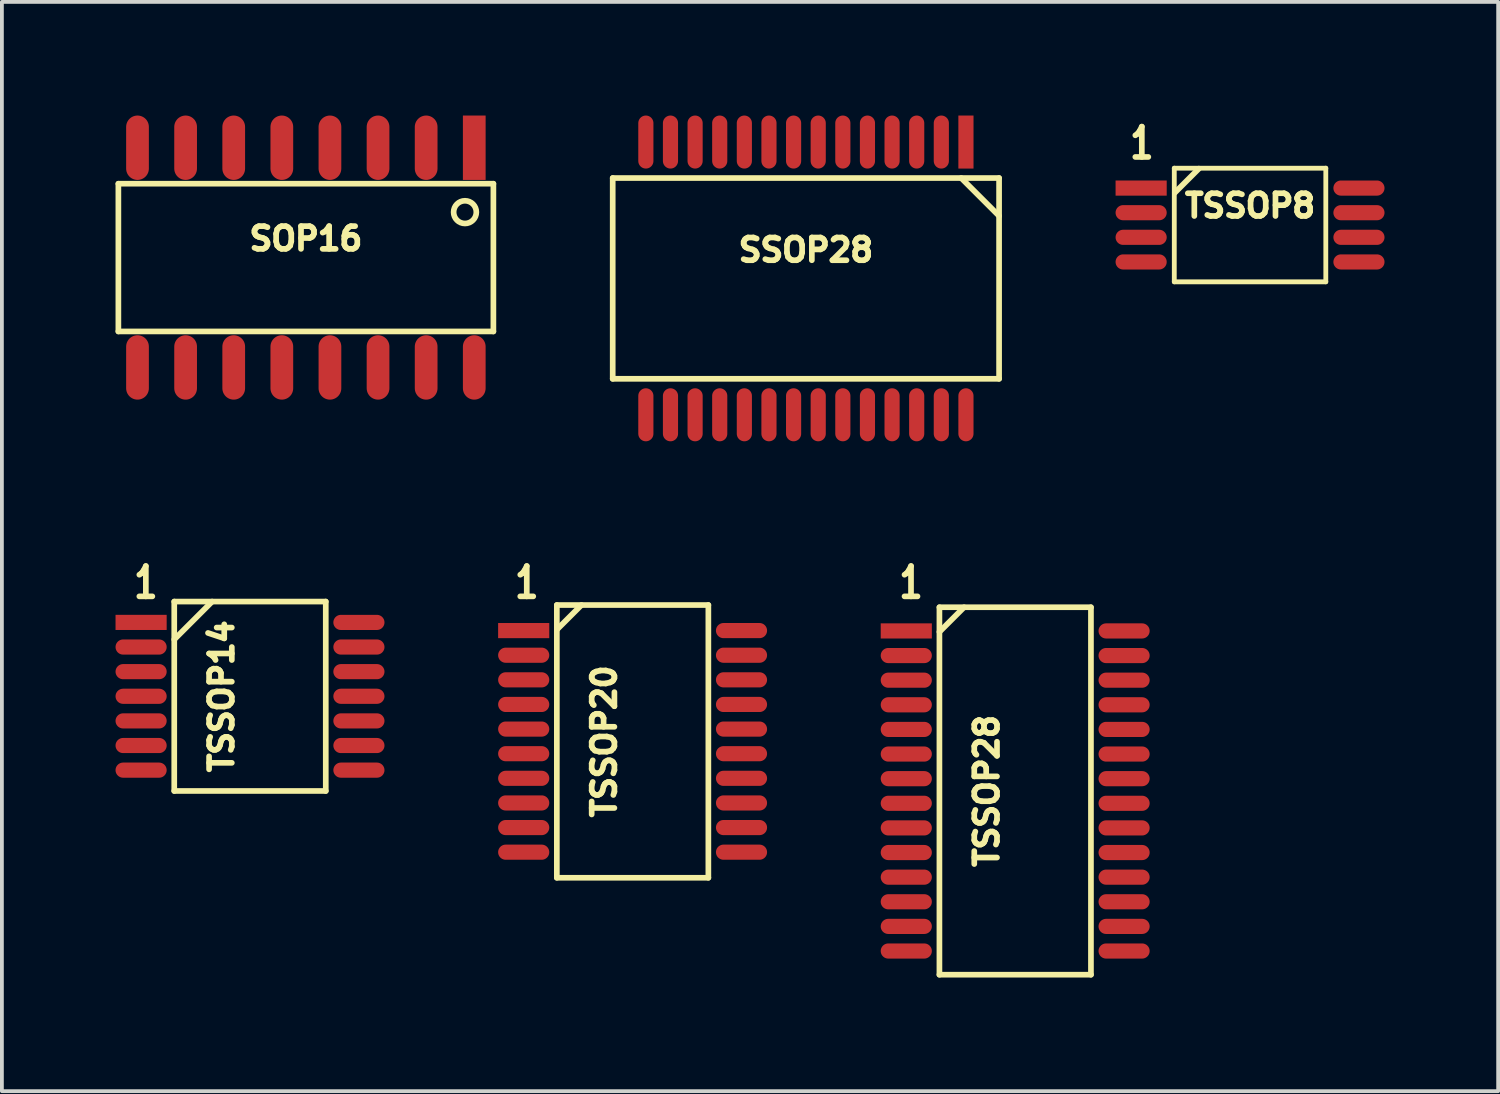
<source format=kicad_pcb>
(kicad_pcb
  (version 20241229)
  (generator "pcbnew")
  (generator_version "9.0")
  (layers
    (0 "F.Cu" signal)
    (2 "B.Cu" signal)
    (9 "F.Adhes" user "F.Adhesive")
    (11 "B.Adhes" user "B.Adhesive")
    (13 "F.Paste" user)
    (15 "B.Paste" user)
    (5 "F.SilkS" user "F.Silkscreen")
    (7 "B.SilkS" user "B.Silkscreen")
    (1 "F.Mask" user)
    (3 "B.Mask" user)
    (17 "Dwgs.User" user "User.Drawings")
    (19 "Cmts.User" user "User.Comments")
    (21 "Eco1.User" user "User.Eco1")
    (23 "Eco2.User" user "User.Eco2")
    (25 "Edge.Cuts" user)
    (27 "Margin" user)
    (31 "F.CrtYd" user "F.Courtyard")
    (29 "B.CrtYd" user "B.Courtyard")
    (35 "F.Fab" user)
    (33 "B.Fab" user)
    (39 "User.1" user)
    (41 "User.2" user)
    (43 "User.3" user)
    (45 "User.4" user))
  (footprint "TSSOP14"
    (layer "F.Cu")
    (at 3.55 15.331)
    (property "Reference" "TSSOP14" (at -0.75 0 90) (layer "F.SilkS") (effects (font (size 0.6 0.6) (thickness 0.15))))
    (attr smd)
    (fp_line (start -2 -2.5) (end 2 -2.5) (stroke (width 0.15) (type solid)) (layer "F.SilkS"))
    (fp_line (start -2 2.5) (end -2 -2.5) (stroke (width 0.15) (type solid)) (layer "F.SilkS"))
    (fp_line (start -1 -2.5) (end -2 -1.5) (stroke (width 0.15) (type solid)) (layer "F.SilkS"))
    (fp_line (start 2 -2.5) (end 2 2.5) (stroke (width 0.15) (type solid)) (layer "F.SilkS"))
    (fp_line (start 2 2.5) (end -2 2.5) (stroke (width 0.15) (type solid)) (layer "F.SilkS"))
    (fp_text user "1" (at -2.75 -3 0) (layer "F.SilkS") (effects (font (size 0.8 0.6) (thickness 0.15))))
    (pad "1" smd rect (at -2.875 -1.95) (size 1.35 0.4) (layers "F.Cu" "F.Mask" "F.Paste"))
    (pad "2" smd oval (at -2.875 -1.3) (size 1.35 0.4) (layers "F.Cu" "F.Mask" "F.Paste"))
    (pad "3" smd oval (at -2.875 -0.65) (size 1.35 0.4) (layers "F.Cu" "F.Mask" "F.Paste"))
    (pad "4" smd oval (at -2.875 0) (size 1.35 0.4) (layers "F.Cu" "F.Mask" "F.Paste"))
    (pad "5" smd oval (at -2.875 0.65) (size 1.35 0.4) (layers "F.Cu" "F.Mask" "F.Paste"))
    (pad "6" smd oval (at -2.875 1.3) (size 1.35 0.4) (layers "F.Cu" "F.Mask" "F.Paste"))
    (pad "7" smd oval (at -2.875 1.95) (size 1.35 0.4) (layers "F.Cu" "F.Mask" "F.Paste"))
    (pad "8" smd oval (at 2.875 0.65) (size 1.35 0.4) (layers "F.Cu" "F.Mask" "F.Paste"))
    (pad "9" smd oval (at 2.875 1.3) (size 1.35 0.4) (layers "F.Cu" "F.Mask" "F.Paste"))
    (pad "10" smd oval (at 2.875 1.95) (size 1.35 0.4) (layers "F.Cu" "F.Mask" "F.Paste"))
    (pad "11" smd oval (at 2.875 0) (size 1.35 0.4) (layers "F.Cu" "F.Mask" "F.Paste"))
    (pad "12" smd oval (at 2.875 -0.65) (size 1.35 0.4) (layers "F.Cu" "F.Mask" "F.Paste"))
    (pad "13" smd oval (at 2.875 -1.3) (size 1.35 0.4) (layers "F.Cu" "F.Mask" "F.Paste"))
    (pad "14" smd oval (at 2.875 -1.95) (size 1.35 0.4) (layers "F.Cu" "F.Mask" "F.Paste")))
  (footprint "SSOP28"
    (layer "F.Cu")
    (at 18.225 4.3)
    (property "Reference" "SSOP28" (at 0 -0.75 0) (layer "F.SilkS") (effects (font (size 0.6 0.6) (thickness 0.15))))
    (attr smd)
    (fp_line (start -5.1 -2.65) (end 5.1 -2.65) (stroke (width 0.15) (type solid)) (layer "F.SilkS"))
    (fp_line (start -5.1 2.65) (end -5.1 -2.65) (stroke (width 0.15) (type solid)) (layer "F.SilkS"))
    (fp_line (start 5.1 -2.65) (end 5.1 2.65) (stroke (width 0.15) (type solid)) (layer "F.SilkS"))
    (fp_line (start 5.1 -1.65) (end 4.1 -2.65) (stroke (width 0.15) (type solid)) (layer "F.SilkS"))
    (fp_line (start 5.1 2.65) (end -5.1 2.65) (stroke (width 0.15) (type solid)) (layer "F.SilkS"))
    (pad "1" smd rect (at 4.225 -3.6 270) (size 1.4 0.4) (layers "F.Cu" "F.Mask" "F.Paste"))
    (pad "2" smd oval (at 3.575 -3.6 270) (size 1.4 0.4) (layers "F.Cu" "F.Mask" "F.Paste"))
    (pad "3" smd oval (at 2.925 -3.6 270) (size 1.4 0.4) (layers "F.Cu" "F.Mask" "F.Paste"))
    (pad "4" smd oval (at 2.275 -3.6 270) (size 1.4 0.4) (layers "F.Cu" "F.Mask" "F.Paste"))
    (pad "5" smd oval (at 1.625 -3.6 270) (size 1.4 0.4) (layers "F.Cu" "F.Mask" "F.Paste"))
    (pad "6" smd oval (at 0.975 -3.6 270) (size 1.4 0.4) (layers "F.Cu" "F.Mask" "F.Paste"))
    (pad "7" smd oval (at 0.325 -3.6 270) (size 1.4 0.4) (layers "F.Cu" "F.Mask" "F.Paste"))
    (pad "8" smd oval (at -0.325 -3.6 270) (size 1.4 0.4) (layers "F.Cu" "F.Mask" "F.Paste"))
    (pad "9" smd oval (at -0.975 -3.6 270) (size 1.4 0.4) (layers "F.Cu" "F.Mask" "F.Paste"))
    (pad "10" smd oval (at -1.625 -3.6 270) (size 1.4 0.4) (layers "F.Cu" "F.Mask" "F.Paste"))
    (pad "11" smd oval (at -2.275 -3.6 270) (size 1.4 0.4) (layers "F.Cu" "F.Mask" "F.Paste"))
    (pad "12" smd oval (at -2.925 -3.6 270) (size 1.4 0.4) (layers "F.Cu" "F.Mask" "F.Paste"))
    (pad "13" smd oval (at -3.575 -3.6 270) (size 1.4 0.4) (layers "F.Cu" "F.Mask" "F.Paste"))
    (pad "14" smd oval (at -4.225 -3.6 270) (size 1.4 0.4) (layers "F.Cu" "F.Mask" "F.Paste"))
    (pad "15" smd oval (at -4.225 3.6 270) (size 1.4 0.4) (layers "F.Cu" "F.Mask" "F.Paste"))
    (pad "16" smd oval (at -3.575 3.6 270) (size 1.4 0.4) (layers "F.Cu" "F.Mask" "F.Paste"))
    (pad "17" smd oval (at -2.925 3.6 270) (size 1.4 0.4) (layers "F.Cu" "F.Mask" "F.Paste"))
    (pad "18" smd oval (at -2.275 3.6 270) (size 1.4 0.4) (layers "F.Cu" "F.Mask" "F.Paste"))
    (pad "19" smd oval (at -1.625 3.6 270) (size 1.4 0.4) (layers "F.Cu" "F.Mask" "F.Paste"))
    (pad "20" smd oval (at -0.975 3.6 270) (size 1.4 0.4) (layers "F.Cu" "F.Mask" "F.Paste"))
    (pad "21" smd oval (at -0.325 3.6 270) (size 1.4 0.4) (layers "F.Cu" "F.Mask" "F.Paste"))
    (pad "22" smd oval (at 0.325 3.6 270) (size 1.4 0.4) (layers "F.Cu" "F.Mask" "F.Paste"))
    (pad "23" smd oval (at 0.975 3.6 270) (size 1.4 0.4) (layers "F.Cu" "F.Mask" "F.Paste"))
    (pad "24" smd oval (at 1.625 3.6 270) (size 1.4 0.4) (layers "F.Cu" "F.Mask" "F.Paste"))
    (pad "25" smd oval (at 2.275 3.6 270) (size 1.4 0.4) (layers "F.Cu" "F.Mask" "F.Paste"))
    (pad "26" smd oval (at 2.925 3.6 270) (size 1.4 0.4) (layers "F.Cu" "F.Mask" "F.Paste"))
    (pad "27" smd oval (at 3.575 3.6 270) (size 1.4 0.4) (layers "F.Cu" "F.Mask" "F.Paste"))
    (pad "28" smd oval (at 4.225 3.6 270) (size 1.4 0.4) (layers "F.Cu" "F.Mask" "F.Paste")))
  (footprint "TSSOP20"
    (layer "F.Cu")
    (at 13.65 16.522)
    (property "Reference" "TSSOP20" (at -0.75 0 270) (layer "F.SilkS") (effects (font (size 0.6 0.6) (thickness 0.15))))
    (attr smd)
    (fp_line (start -2 -3.6) (end 2 -3.6) (stroke (width 0.15) (type solid)) (layer "F.SilkS"))
    (fp_line (start -2 3.6) (end -2 -3.6) (stroke (width 0.15) (type solid)) (layer "F.SilkS"))
    (fp_line (start -1.35 -3.6) (end -2 -2.95) (stroke (width 0.15) (type solid)) (layer "F.SilkS"))
    (fp_line (start 2 -3.6) (end 2 3.6) (stroke (width 0.15) (type solid)) (layer "F.SilkS"))
    (fp_line (start 2 3.6) (end -2 3.6) (stroke (width 0.15) (type solid)) (layer "F.SilkS"))
    (fp_text user "1" (at -2.794 -4.191 0) (layer "F.SilkS") (effects (font (size 0.8 0.6) (thickness 0.15))))
    (pad "1" smd rect (at -2.875 -2.925) (size 1.35 0.4) (layers "F.Cu" "F.Mask" "F.Paste"))
    (pad "2" smd oval (at -2.875 -2.275) (size 1.35 0.4) (layers "F.Cu" "F.Mask" "F.Paste"))
    (pad "3" smd oval (at -2.875 -1.625) (size 1.35 0.4) (layers "F.Cu" "F.Mask" "F.Paste"))
    (pad "4" smd oval (at -2.875 -0.975) (size 1.35 0.4) (layers "F.Cu" "F.Mask" "F.Paste"))
    (pad "5" smd oval (at -2.875 -0.325) (size 1.35 0.4) (layers "F.Cu" "F.Mask" "F.Paste"))
    (pad "6" smd oval (at -2.875 0.325) (size 1.35 0.4) (layers "F.Cu" "F.Mask" "F.Paste"))
    (pad "7" smd oval (at -2.875 0.975) (size 1.35 0.4) (layers "F.Cu" "F.Mask" "F.Paste"))
    (pad "8" smd oval (at -2.875 1.625) (size 1.35 0.4) (layers "F.Cu" "F.Mask" "F.Paste"))
    (pad "9" smd oval (at -2.875 2.275) (size 1.35 0.4) (layers "F.Cu" "F.Mask" "F.Paste"))
    (pad "10" smd oval (at -2.875 2.925) (size 1.35 0.4) (layers "F.Cu" "F.Mask" "F.Paste"))
    (pad "11" smd oval (at 2.875 2.925) (size 1.35 0.4) (layers "F.Cu" "F.Mask" "F.Paste"))
    (pad "12" smd oval (at 2.875 2.275) (size 1.35 0.4) (layers "F.Cu" "F.Mask" "F.Paste"))
    (pad "13" smd oval (at 2.875 1.625) (size 1.35 0.4) (layers "F.Cu" "F.Mask" "F.Paste"))
    (pad "14" smd oval (at 2.875 0.975) (size 1.35 0.4) (layers "F.Cu" "F.Mask" "F.Paste"))
    (pad "15" smd oval (at 2.875 0.325) (size 1.35 0.4) (layers "F.Cu" "F.Mask" "F.Paste"))
    (pad "16" smd oval (at 2.875 -0.325) (size 1.35 0.4) (layers "F.Cu" "F.Mask" "F.Paste"))
    (pad "17" smd oval (at 2.875 -0.975) (size 1.35 0.4) (layers "F.Cu" "F.Mask" "F.Paste"))
    (pad "18" smd oval (at 2.875 -1.625) (size 1.35 0.4) (layers "F.Cu" "F.Mask" "F.Paste"))
    (pad "19" smd oval (at 2.875 -2.275) (size 1.35 0.4) (layers "F.Cu" "F.Mask" "F.Paste"))
    (pad "20" smd oval (at 2.875 -2.925) (size 1.35 0.4) (layers "F.Cu" "F.Mask" "F.Paste")))
  (footprint "SOP16"
    (layer "F.Cu")
    (at 5.025 3.75)
    (property "Reference" "SOP16" (at 0 -0.5 0) (layer "F.SilkS") (effects (font (size 0.6 0.6) (thickness 0.15))))
    (attr smd)
    (fp_line (start -4.95 -1.95) (end 4.95 -1.95) (stroke (width 0.15) (type solid)) (layer "F.SilkS"))
    (fp_line (start -4.95 1.95) (end -4.95 -1.95) (stroke (width 0.15) (type solid)) (layer "F.SilkS"))
    (fp_line (start 4.95 -1.95) (end 4.95 1.95) (stroke (width 0.15) (type solid)) (layer "F.SilkS"))
    (fp_line (start 4.95 1.95) (end -4.95 1.95) (stroke (width 0.15) (type solid)) (layer "F.SilkS"))
    (fp_circle (center 4.2 -1.2) (end 4.2 -0.9) (stroke (width 0.15) (type solid)) (fill no) (layer "F.SilkS"))
    (pad "1" smd rect (at 4.445 -2.9 270) (size 1.7 0.6) (layers "F.Cu" "F.Mask" "F.Paste"))
    (pad "2" smd oval (at 3.175 -2.9 270) (size 1.7 0.6) (layers "F.Cu" "F.Mask" "F.Paste"))
    (pad "3" smd oval (at 1.905 -2.9 270) (size 1.7 0.6) (layers "F.Cu" "F.Mask" "F.Paste"))
    (pad "4" smd oval (at 0.635 -2.9 270) (size 1.7 0.6) (layers "F.Cu" "F.Mask" "F.Paste"))
    (pad "5" smd oval (at -0.635 -2.9 270) (size 1.7 0.6) (layers "F.Cu" "F.Mask" "F.Paste"))
    (pad "6" smd oval (at -1.905 -2.9 270) (size 1.7 0.6) (layers "F.Cu" "F.Mask" "F.Paste"))
    (pad "7" smd oval (at -3.175 -2.9 270) (size 1.7 0.6) (layers "F.Cu" "F.Mask" "F.Paste"))
    (pad "8" smd oval (at -4.445 -2.9 270) (size 1.7 0.6) (layers "F.Cu" "F.Mask" "F.Paste"))
    (pad "9" smd oval (at -4.445 2.9 270) (size 1.7 0.6) (layers "F.Cu" "F.Mask" "F.Paste"))
    (pad "10" smd oval (at -3.175 2.9 270) (size 1.7 0.6) (layers "F.Cu" "F.Mask" "F.Paste"))
    (pad "11" smd oval (at -1.905 2.9 270) (size 1.7 0.6) (layers "F.Cu" "F.Mask" "F.Paste"))
    (pad "12" smd oval (at -0.635 2.9 270) (size 1.7 0.6) (layers "F.Cu" "F.Mask" "F.Paste"))
    (pad "13" smd oval (at 0.635 2.9 270) (size 1.7 0.6) (layers "F.Cu" "F.Mask" "F.Paste"))
    (pad "14" smd oval (at 1.905 2.9 270) (size 1.7 0.6) (layers "F.Cu" "F.Mask" "F.Paste"))
    (pad "15" smd oval (at 3.175 2.9 270) (size 1.7 0.6) (layers "F.Cu" "F.Mask" "F.Paste"))
    (pad "16" smd oval (at 4.445 2.9 270) (size 1.7 0.6) (layers "F.Cu" "F.Mask" "F.Paste")))
  (footprint "TSSOP8"
    (layer "F.Cu")
    (at 29.95 2.89)
    (property "Reference" "TSSOP8" (at 0 -0.508 0) (layer "F.SilkS") (effects (font (size 0.6 0.6) (thickness 0.15))))
    (attr through_hole)
    (fp_line (start -2 -1.5) (end 2 -1.5) (stroke (width 0.127) (type solid)) (layer "F.SilkS"))
    (fp_line (start -2 1.5) (end -2 -1.5) (stroke (width 0.127) (type solid)) (layer "F.SilkS"))
    (fp_line (start -1.351 -1.488) (end -1.986 -0.853) (stroke (width 0.15) (type solid)) (layer "F.SilkS"))
    (fp_line (start 2 -1.5) (end 2 1.5) (stroke (width 0.127) (type solid)) (layer "F.SilkS"))
    (fp_line (start 2 1.5) (end -2 1.5) (stroke (width 0.127) (type solid)) (layer "F.SilkS"))
    (fp_text user "1" (at -2.857 -2.159 0) (layer "F.SilkS") (effects (font (size 0.8 0.6) (thickness 0.15))))
    (pad "1" smd rect (at -2.875 -0.975) (size 1.35 0.4) (layers "F.Cu" "F.Mask" "F.Paste"))
    (pad "2" smd oval (at -2.875 -0.325) (size 1.35 0.4) (layers "F.Cu" "F.Mask" "F.Paste"))
    (pad "3" smd oval (at -2.875 0.325) (size 1.35 0.4) (layers "F.Cu" "F.Mask" "F.Paste"))
    (pad "4" smd oval (at -2.875 0.975) (size 1.35 0.4) (layers "F.Cu" "F.Mask" "F.Paste"))
    (pad "5" smd oval (at 2.875 0.975) (size 1.35 0.4) (layers "F.Cu" "F.Mask" "F.Paste"))
    (pad "6" smd oval (at 2.875 0.325) (size 1.35 0.4) (layers "F.Cu" "F.Mask" "F.Paste"))
    (pad "7" smd oval (at 2.875 -0.325) (size 1.35 0.4) (layers "F.Cu" "F.Mask" "F.Paste"))
    (pad "8" smd oval (at 2.875 -0.975) (size 1.35 0.4) (layers "F.Cu" "F.Mask" "F.Paste")))
  (footprint "TSSOP28"
    (layer "F.Cu")
    (at 23.75 17.831)
    (property "Reference" "TSSOP28" (at -0.75 0 90) (layer "F.SilkS") (effects (font (size 0.6 0.6) (thickness 0.15))))
    (attr smd)
    (fp_line (start -2 -4.85) (end 2 -4.85) (stroke (width 0.15) (type solid)) (layer "F.SilkS"))
    (fp_line (start -2 4.85) (end -2 -4.85) (stroke (width 0.15) (type solid)) (layer "F.SilkS"))
    (fp_line (start -1.35 -4.85) (end -2 -4.2) (stroke (width 0.15) (type solid)) (layer "F.SilkS"))
    (fp_line (start 2 -4.85) (end 2 4.85) (stroke (width 0.15) (type solid)) (layer "F.SilkS"))
    (fp_line (start 2 4.85) (end -2 4.85) (stroke (width 0.15) (type solid)) (layer "F.SilkS"))
    (fp_text user "1" (at -2.75 -5.5 0) (layer "F.SilkS") (effects (font (size 0.8 0.6) (thickness 0.15))))
    (pad "1" smd rect (at -2.875 -4.225) (size 1.35 0.4) (layers "F.Cu" "F.Mask" "F.Paste"))
    (pad "2" smd oval (at -2.875 -3.575) (size 1.35 0.4) (layers "F.Cu" "F.Mask" "F.Paste"))
    (pad "3" smd oval (at -2.875 -2.925) (size 1.35 0.4) (layers "F.Cu" "F.Mask" "F.Paste"))
    (pad "4" smd oval (at -2.875 -2.275) (size 1.35 0.4) (layers "F.Cu" "F.Mask" "F.Paste"))
    (pad "5" smd oval (at -2.875 -1.625) (size 1.35 0.4) (layers "F.Cu" "F.Mask" "F.Paste"))
    (pad "6" smd oval (at -2.875 -0.975) (size 1.35 0.4) (layers "F.Cu" "F.Mask" "F.Paste"))
    (pad "7" smd oval (at -2.875 -0.325) (size 1.35 0.4) (layers "F.Cu" "F.Mask" "F.Paste"))
    (pad "8" smd oval (at -2.875 0.325) (size 1.35 0.4) (layers "F.Cu" "F.Mask" "F.Paste"))
    (pad "9" smd oval (at -2.875 0.975) (size 1.35 0.4) (layers "F.Cu" "F.Mask" "F.Paste"))
    (pad "10" smd oval (at -2.875 1.625) (size 1.35 0.4) (layers "F.Cu" "F.Mask" "F.Paste"))
    (pad "11" smd oval (at -2.875 2.275) (size 1.35 0.4) (layers "F.Cu" "F.Mask" "F.Paste"))
    (pad "12" smd oval (at -2.875 2.925) (size 1.35 0.4) (layers "F.Cu" "F.Mask" "F.Paste"))
    (pad "13" smd oval (at -2.875 3.575) (size 1.35 0.4) (layers "F.Cu" "F.Mask" "F.Paste"))
    (pad "14" smd oval (at -2.875 4.225) (size 1.35 0.4) (layers "F.Cu" "F.Mask" "F.Paste"))
    (pad "15" smd oval (at 2.875 4.225) (size 1.35 0.4) (layers "F.Cu" "F.Mask" "F.Paste"))
    (pad "16" smd oval (at 2.875 3.575) (size 1.35 0.4) (layers "F.Cu" "F.Mask" "F.Paste"))
    (pad "17" smd oval (at 2.875 2.925) (size 1.35 0.4) (layers "F.Cu" "F.Mask" "F.Paste"))
    (pad "18" smd oval (at 2.875 2.275) (size 1.35 0.4) (layers "F.Cu" "F.Mask" "F.Paste"))
    (pad "19" smd oval (at 2.875 1.625) (size 1.35 0.4) (layers "F.Cu" "F.Mask" "F.Paste"))
    (pad "20" smd oval (at 2.875 0.975) (size 1.35 0.4) (layers "F.Cu" "F.Mask" "F.Paste"))
    (pad "21" smd oval (at 2.875 0.325) (size 1.35 0.4) (layers "F.Cu" "F.Mask" "F.Paste"))
    (pad "22" smd oval (at 2.875 -0.325) (size 1.35 0.4) (layers "F.Cu" "F.Mask" "F.Paste"))
    (pad "23" smd oval (at 2.875 -0.975) (size 1.35 0.4) (layers "F.Cu" "F.Mask" "F.Paste"))
    (pad "24" smd oval (at 2.875 -1.625) (size 1.35 0.4) (layers "F.Cu" "F.Mask" "F.Paste"))
    (pad "25" smd oval (at 2.875 -2.275) (size 1.35 0.4) (layers "F.Cu" "F.Mask" "F.Paste"))
    (pad "26" smd oval (at 2.875 -2.925) (size 1.35 0.4) (layers "F.Cu" "F.Mask" "F.Paste"))
    (pad "27" smd oval (at 2.875 -3.575) (size 1.35 0.4) (layers "F.Cu" "F.Mask" "F.Paste"))
    (pad "28" smd oval (at 2.875 -4.225) (size 1.35 0.4) (layers "F.Cu" "F.Mask" "F.Paste")))
  (gr_rect
    (start -3 -3)
    (end 36.5 25.756)
    (stroke (width 0.1) (type default))
    (fill no)
    (layer "Edge.Cuts")))
</source>
